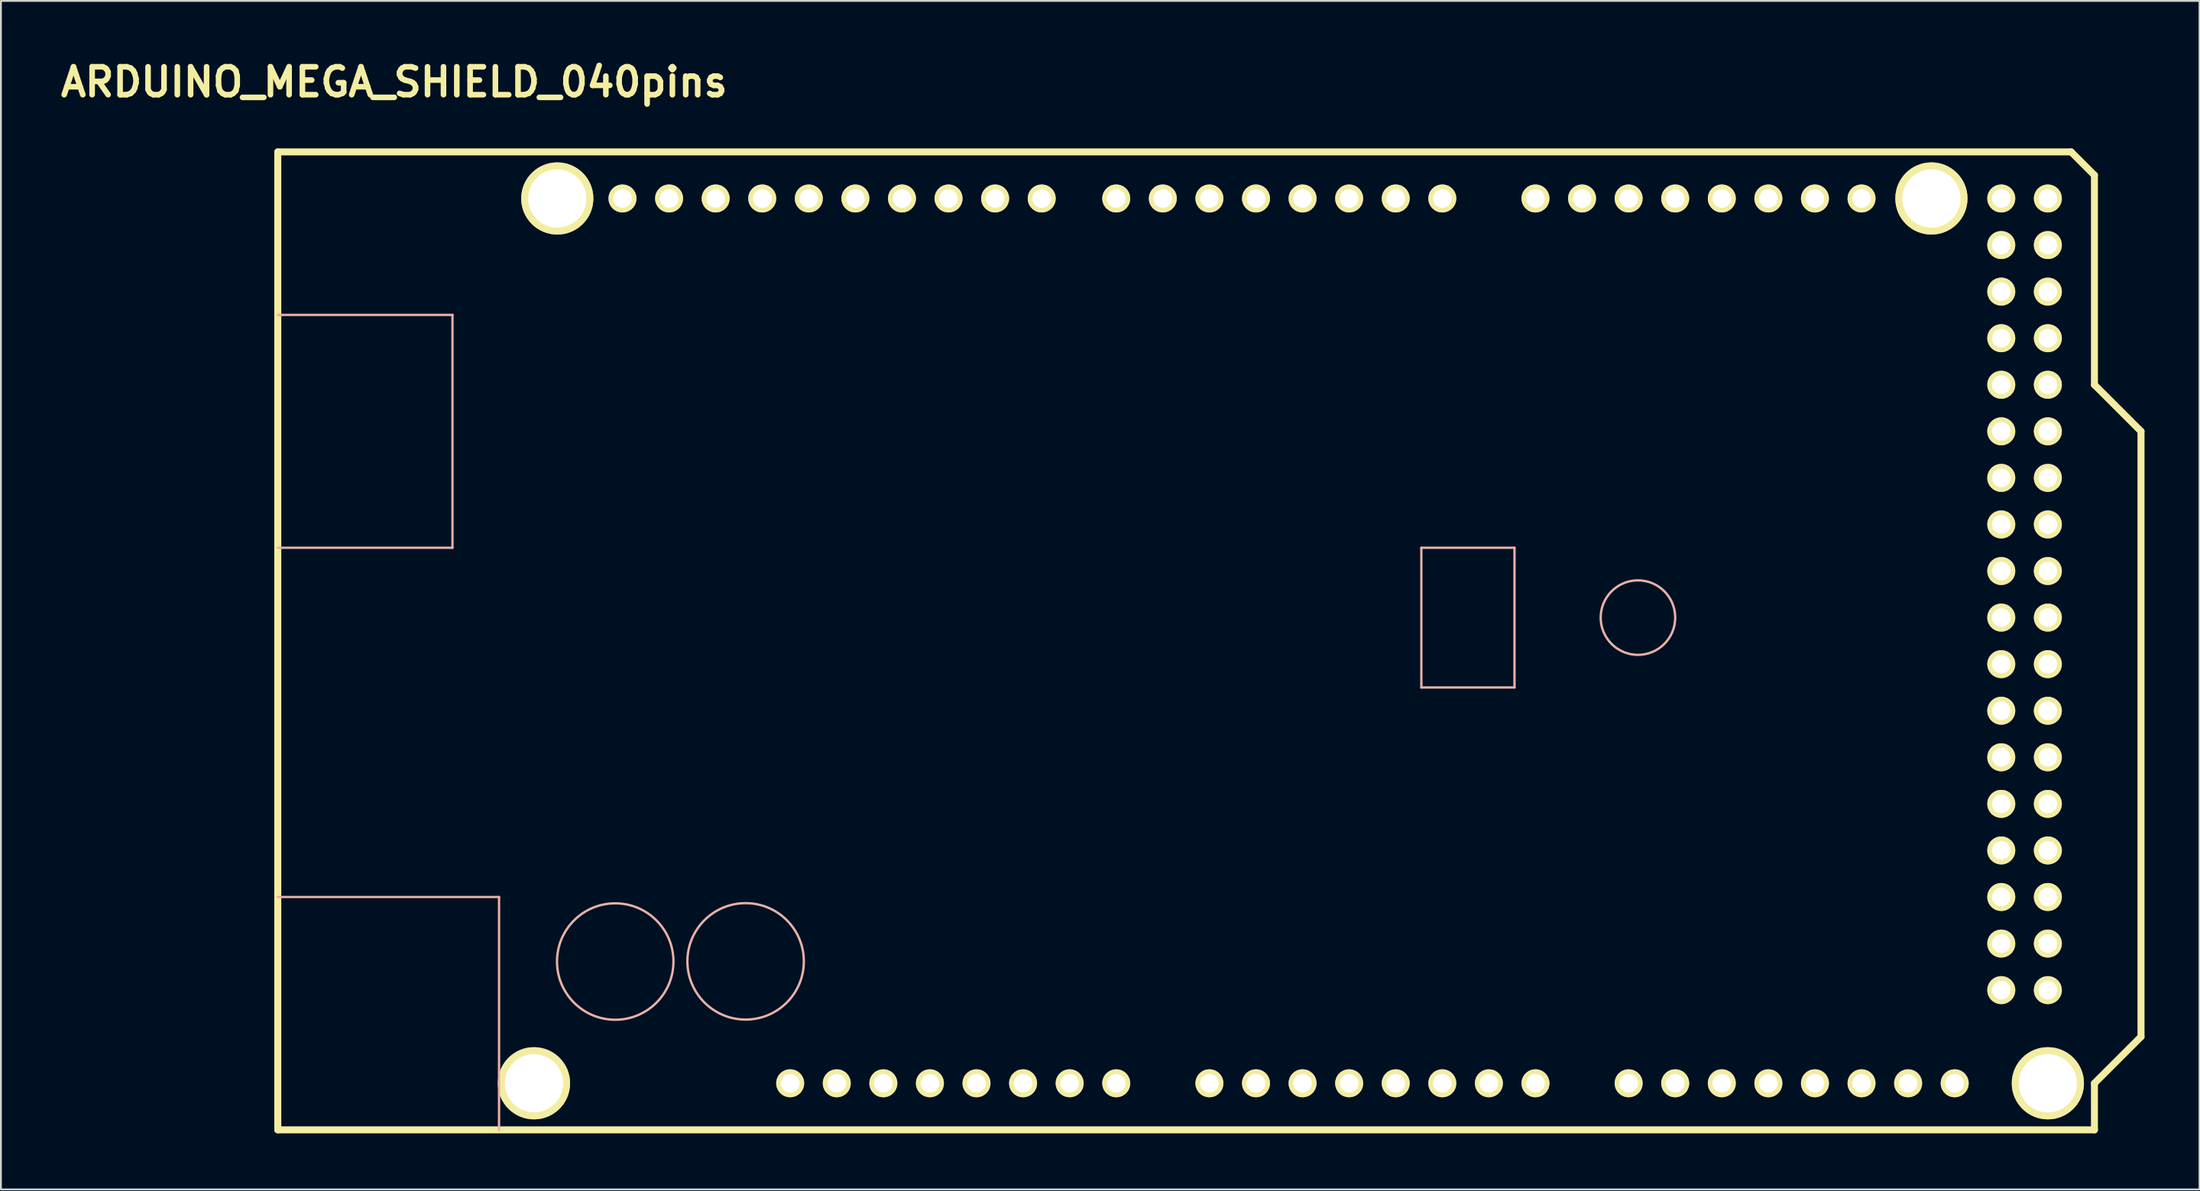
<source format=kicad_pcb>
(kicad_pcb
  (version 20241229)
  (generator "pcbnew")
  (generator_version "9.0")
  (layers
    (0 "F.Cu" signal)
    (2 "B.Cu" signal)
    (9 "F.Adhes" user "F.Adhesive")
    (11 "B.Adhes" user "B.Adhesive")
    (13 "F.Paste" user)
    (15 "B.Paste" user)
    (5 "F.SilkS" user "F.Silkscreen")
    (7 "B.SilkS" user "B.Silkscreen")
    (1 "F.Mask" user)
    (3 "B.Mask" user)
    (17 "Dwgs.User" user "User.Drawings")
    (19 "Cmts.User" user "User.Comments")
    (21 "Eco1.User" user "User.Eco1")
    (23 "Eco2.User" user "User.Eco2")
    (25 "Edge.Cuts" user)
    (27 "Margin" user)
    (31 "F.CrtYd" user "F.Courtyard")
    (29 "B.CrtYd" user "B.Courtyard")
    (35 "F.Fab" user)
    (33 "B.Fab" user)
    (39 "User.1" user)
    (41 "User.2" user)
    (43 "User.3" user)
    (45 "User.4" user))
  (footprint "ARDUINO_MEGA_SHIELD_040pins"
    (layer "F.Cu")
    (at 12.098 58.576)
    (property "Reference" "ARDUINO_MEGA_SHIELD_040pins" (at 6.35 -57.15 0) (layer "F.SilkS") (effects (font (size 1.524 1.524) (thickness 0.305))))
    (fp_line (start 0 0) (end 0 -53.34) (stroke (width 0.381) (type solid)) (layer "F.SilkS"))
    (fp_line (start 97.79 -53.34) (end 0 -53.34) (stroke (width 0.381) (type solid)) (layer "F.SilkS"))
    (fp_line (start 99.06 -52.07) (end 97.79 -53.34) (stroke (width 0.381) (type solid)) (layer "F.SilkS"))
    (fp_line (start 99.06 -40.64) (end 99.06 -52.07) (stroke (width 0.381) (type solid)) (layer "F.SilkS"))
    (fp_line (start 99.06 -40.64) (end 101.6 -38.1) (stroke (width 0.381) (type solid)) (layer "F.SilkS"))
    (fp_line (start 99.06 -2.54) (end 99.06 0) (stroke (width 0.381) (type solid)) (layer "F.SilkS"))
    (fp_line (start 99.06 0) (end 0 0) (stroke (width 0.381) (type solid)) (layer "F.SilkS"))
    (fp_line (start 101.6 -38.1) (end 101.6 -5.08) (stroke (width 0.381) (type solid)) (layer "F.SilkS"))
    (fp_line (start 101.6 -5.08) (end 99.06 -2.54) (stroke (width 0.381) (type solid)) (layer "F.SilkS"))
    (fp_line (start 0 -44.45) (end 9.525 -44.45) (stroke (width 0.127) (type solid)) (layer "B.SilkS"))
    (fp_line (start 0 -31.75) (end 9.525 -31.75) (stroke (width 0.127) (type solid)) (layer "B.SilkS"))
    (fp_line (start 0 -12.7) (end 12.065 -12.7) (stroke (width 0.127) (type solid)) (layer "B.SilkS"))
    (fp_line (start 9.525 -44.45) (end 9.525 -31.75) (stroke (width 0.127) (type solid)) (layer "B.SilkS"))
    (fp_line (start 12.065 -12.7) (end 12.065 0) (stroke (width 0.127) (type solid)) (layer "B.SilkS"))
    (fp_line (start 62.357 -31.75) (end 62.357 -24.13) (stroke (width 0.127) (type solid)) (layer "B.SilkS"))
    (fp_line (start 62.357 -24.13) (end 67.437 -24.13) (stroke (width 0.127) (type solid)) (layer "B.SilkS"))
    (fp_line (start 67.437 -31.75) (end 62.357 -31.75) (stroke (width 0.127) (type solid)) (layer "B.SilkS"))
    (fp_line (start 67.437 -24.13) (end 67.437 -31.75) (stroke (width 0.127) (type solid)) (layer "B.SilkS"))
    (fp_circle (center 18.4 -9.18) (end 15.225 -9.18) (stroke (width 0.127) (type solid)) (fill no) (layer "B.SilkS"))
    (fp_circle (center 25.51 -9.19) (end 22.335 -9.19) (stroke (width 0.127) (type solid)) (fill no) (layer "B.SilkS"))
    (fp_circle (center 74.168 -27.94) (end 72.136 -27.94) (stroke (width 0.127) (type solid)) (fill no) (layer "B.SilkS"))
    (pad "0" thru_hole circle (at 63.5 -50.8 90) (size 1.524 1.524) (drill 1.016) (layers "*.Cu" "*.Mask" "F.SilkS"))
    (pad "1" thru_hole circle (at 60.96 -50.8 90) (size 1.524 1.524) (drill 1.016) (layers "*.Cu" "*.Mask" "F.SilkS"))
    (pad "2" thru_hole circle (at 58.42 -50.8 90) (size 1.524 1.524) (drill 1.016) (layers "*.Cu" "*.Mask" "F.SilkS"))
    (pad "3" thru_hole circle (at 55.88 -50.8 90) (size 1.524 1.524) (drill 1.016) (layers "*.Cu" "*.Mask" "F.SilkS"))
    (pad "3V3" thru_hole circle (at 35.56 -2.54 90) (size 1.524 1.524) (drill 1.016) (layers "*.Cu" "*.Mask" "F.SilkS"))
    (pad "4" thru_hole circle (at 53.34 -50.8 90) (size 1.524 1.524) (drill 1.016) (layers "*.Cu" "*.Mask" "F.SilkS"))
    (pad "5" thru_hole circle (at 50.8 -50.8 90) (size 1.524 1.524) (drill 1.016) (layers "*.Cu" "*.Mask" "F.SilkS"))
    (pad "5V" thru_hole circle (at 38.1 -2.54 90) (size 1.524 1.524) (drill 1.016) (layers "*.Cu" "*.Mask" "F.SilkS"))
    (pad "5V_4" thru_hole circle (at 93.98 -50.8) (size 1.524 1.524) (drill 1.016) (layers "*.Cu" "*.Mask" "F.SilkS"))
    (pad "5V_5" thru_hole circle (at 96.52 -50.8) (size 1.524 1.524) (drill 1.016) (layers "*.Cu" "*.Mask" "F.SilkS"))
    (pad "5V_6" thru_hole circle (at 30.48 -2.54 90) (size 1.524 1.524) (drill 1.016) (layers "*.Cu" "*.Mask" "F.SilkS"))
    (pad "6" thru_hole circle (at 48.26 -50.8 90) (size 1.524 1.524) (drill 1.016) (layers "*.Cu" "*.Mask" "F.SilkS"))
    (pad "7" thru_hole circle (at 45.72 -50.8 90) (size 1.524 1.524) (drill 1.016) (layers "*.Cu" "*.Mask" "F.SilkS"))
    (pad "8" thru_hole circle (at 41.656 -50.8 90) (size 1.524 1.524) (drill 1.016) (layers "*.Cu" "*.Mask" "F.SilkS"))
    (pad "9" thru_hole circle (at 39.116 -50.8 90) (size 1.524 1.524) (drill 1.016) (layers "*.Cu" "*.Mask" "F.SilkS"))
    (pad "10" thru_hole circle (at 36.576 -50.8 90) (size 1.524 1.524) (drill 1.016) (layers "*.Cu" "*.Mask" "F.SilkS"))
    (pad "11" thru_hole circle (at 34.036 -50.8 90) (size 1.524 1.524) (drill 1.016) (layers "*.Cu" "*.Mask" "F.SilkS"))
    (pad "12" thru_hole circle (at 31.496 -50.8 90) (size 1.524 1.524) (drill 1.016) (layers "*.Cu" "*.Mask" "F.SilkS"))
    (pad "13" thru_hole circle (at 28.956 -50.8 90) (size 1.524 1.524) (drill 1.016) (layers "*.Cu" "*.Mask" "F.SilkS"))
    (pad "14" thru_hole circle (at 68.58 -50.8 90) (size 1.524 1.524) (drill 1.016) (layers "*.Cu" "*.Mask" "F.SilkS"))
    (pad "15" thru_hole circle (at 71.12 -50.8 90) (size 1.524 1.524) (drill 1.016) (layers "*.Cu" "*.Mask" "F.SilkS"))
    (pad "16" thru_hole circle (at 73.66 -50.8 90) (size 1.524 1.524) (drill 1.016) (layers "*.Cu" "*.Mask" "F.SilkS"))
    (pad "17" thru_hole circle (at 76.2 -50.8 90) (size 1.524 1.524) (drill 1.016) (layers "*.Cu" "*.Mask" "F.SilkS"))
    (pad "18" thru_hole circle (at 78.74 -50.8 90) (size 1.524 1.524) (drill 1.016) (layers "*.Cu" "*.Mask" "F.SilkS"))
    (pad "19" thru_hole circle (at 81.28 -50.8 90) (size 1.524 1.524) (drill 1.016) (layers "*.Cu" "*.Mask" "F.SilkS"))
    (pad "20" thru_hole circle (at 83.82 -50.8 90) (size 1.524 1.524) (drill 1.016) (layers "*.Cu" "*.Mask" "F.SilkS"))
    (pad "21" thru_hole circle (at 86.36 -50.8 90) (size 1.524 1.524) (drill 1.016) (layers "*.Cu" "*.Mask" "F.SilkS"))
    (pad "22" thru_hole circle (at 93.98 -48.26) (size 1.524 1.524) (drill 1.016) (layers "*.Cu" "*.Mask" "F.SilkS"))
    (pad "23" thru_hole circle (at 96.52 -48.26) (size 1.524 1.524) (drill 1.016) (layers "*.Cu" "*.Mask" "F.SilkS"))
    (pad "24" thru_hole circle (at 93.98 -45.72) (size 1.524 1.524) (drill 1.016) (layers "*.Cu" "*.Mask" "F.SilkS"))
    (pad "25" thru_hole circle (at 96.52 -45.72) (size 1.524 1.524) (drill 1.016) (layers "*.Cu" "*.Mask" "F.SilkS"))
    (pad "26" thru_hole circle (at 93.98 -43.18) (size 1.524 1.524) (drill 1.016) (layers "*.Cu" "*.Mask" "F.SilkS"))
    (pad "27" thru_hole circle (at 96.52 -43.18) (size 1.524 1.524) (drill 1.016) (layers "*.Cu" "*.Mask" "F.SilkS"))
    (pad "28" thru_hole circle (at 93.98 -40.64) (size 1.524 1.524) (drill 1.016) (layers "*.Cu" "*.Mask" "F.SilkS"))
    (pad "29" thru_hole circle (at 96.52 -40.64) (size 1.524 1.524) (drill 1.016) (layers "*.Cu" "*.Mask" "F.SilkS"))
    (pad "30" thru_hole circle (at 93.98 -38.1) (size 1.524 1.524) (drill 1.016) (layers "*.Cu" "*.Mask" "F.SilkS"))
    (pad "31" thru_hole circle (at 96.52 -38.1) (size 1.524 1.524) (drill 1.016) (layers "*.Cu" "*.Mask" "F.SilkS"))
    (pad "32" thru_hole circle (at 93.98 -35.56) (size 1.524 1.524) (drill 1.016) (layers "*.Cu" "*.Mask" "F.SilkS"))
    (pad "33" thru_hole circle (at 96.52 -35.56) (size 1.524 1.524) (drill 1.016) (layers "*.Cu" "*.Mask" "F.SilkS"))
    (pad "34" thru_hole circle (at 93.98 -33.02) (size 1.524 1.524) (drill 1.016) (layers "*.Cu" "*.Mask" "F.SilkS"))
    (pad "35" thru_hole circle (at 96.52 -33.02) (size 1.524 1.524) (drill 1.016) (layers "*.Cu" "*.Mask" "F.SilkS"))
    (pad "36" thru_hole circle (at 93.98 -30.48) (size 1.524 1.524) (drill 1.016) (layers "*.Cu" "*.Mask" "F.SilkS"))
    (pad "37" thru_hole circle (at 96.52 -30.48) (size 1.524 1.524) (drill 1.016) (layers "*.Cu" "*.Mask" "F.SilkS"))
    (pad "38" thru_hole circle (at 93.98 -27.94) (size 1.524 1.524) (drill 1.016) (layers "*.Cu" "*.Mask" "F.SilkS"))
    (pad "39" thru_hole circle (at 96.52 -27.94) (size 1.524 1.524) (drill 1.016) (layers "*.Cu" "*.Mask" "F.SilkS"))
    (pad "40" thru_hole circle (at 93.98 -25.4) (size 1.524 1.524) (drill 1.016) (layers "*.Cu" "*.Mask" "F.SilkS"))
    (pad "41" thru_hole circle (at 96.52 -25.4) (size 1.524 1.524) (drill 1.016) (layers "*.Cu" "*.Mask" "F.SilkS"))
    (pad "42" thru_hole circle (at 93.98 -22.86) (size 1.524 1.524) (drill 1.016) (layers "*.Cu" "*.Mask" "F.SilkS"))
    (pad "43" thru_hole circle (at 96.52 -22.86) (size 1.524 1.524) (drill 1.016) (layers "*.Cu" "*.Mask" "F.SilkS"))
    (pad "44" thru_hole circle (at 93.98 -20.32) (size 1.524 1.524) (drill 1.016) (layers "*.Cu" "*.Mask" "F.SilkS"))
    (pad "45" thru_hole circle (at 96.52 -20.32) (size 1.524 1.524) (drill 1.016) (layers "*.Cu" "*.Mask" "F.SilkS"))
    (pad "46" thru_hole circle (at 93.98 -17.78) (size 1.524 1.524) (drill 1.016) (layers "*.Cu" "*.Mask" "F.SilkS"))
    (pad "47" thru_hole circle (at 96.52 -17.78) (size 1.524 1.524) (drill 1.016) (layers "*.Cu" "*.Mask" "F.SilkS"))
    (pad "48" thru_hole circle (at 93.98 -15.24) (size 1.524 1.524) (drill 1.016) (layers "*.Cu" "*.Mask" "F.SilkS"))
    (pad "49" thru_hole circle (at 96.52 -15.24) (size 1.524 1.524) (drill 1.016) (layers "*.Cu" "*.Mask" "F.SilkS"))
    (pad "50" thru_hole circle (at 93.98 -12.7) (size 1.524 1.524) (drill 1.016) (layers "*.Cu" "*.Mask" "F.SilkS"))
    (pad "51" thru_hole circle (at 96.52 -12.7) (size 1.524 1.524) (drill 1.016) (layers "*.Cu" "*.Mask" "F.SilkS"))
    (pad "52" thru_hole circle (at 93.98 -10.16) (size 1.524 1.524) (drill 1.016) (layers "*.Cu" "*.Mask" "F.SilkS"))
    (pad "53" thru_hole circle (at 96.52 -10.16) (size 1.524 1.524) (drill 1.016) (layers "*.Cu" "*.Mask" "F.SilkS"))
    (pad "AD0" thru_hole circle (at 50.8 -2.54 90) (size 1.524 1.524) (drill 1.016) (layers "*.Cu" "*.Mask" "F.SilkS"))
    (pad "AD1" thru_hole circle (at 53.34 -2.54 90) (size 1.524 1.524) (drill 1.016) (layers "*.Cu" "*.Mask" "F.SilkS"))
    (pad "AD2" thru_hole circle (at 55.88 -2.54 90) (size 1.524 1.524) (drill 1.016) (layers "*.Cu" "*.Mask" "F.SilkS"))
    (pad "AD3" thru_hole circle (at 58.42 -2.54 90) (size 1.524 1.524) (drill 1.016) (layers "*.Cu" "*.Mask" "F.SilkS"))
    (pad "AD4" thru_hole circle (at 60.96 -2.54 90) (size 1.524 1.524) (drill 1.016) (layers "*.Cu" "*.Mask" "F.SilkS"))
    (pad "AD5" thru_hole circle (at 63.5 -2.54 90) (size 1.524 1.524) (drill 1.016) (layers "*.Cu" "*.Mask" "F.SilkS"))
    (pad "AD6" thru_hole circle (at 66.04 -2.54 90) (size 1.524 1.524) (drill 1.016) (layers "*.Cu" "*.Mask" "F.SilkS"))
    (pad "AD7" thru_hole circle (at 68.58 -2.54 90) (size 1.524 1.524) (drill 1.016) (layers "*.Cu" "*.Mask" "F.SilkS"))
    (pad "AD8" thru_hole circle (at 73.66 -2.54 90) (size 1.524 1.524) (drill 1.016) (layers "*.Cu" "*.Mask" "F.SilkS"))
    (pad "AD9" thru_hole circle (at 76.2 -2.54 90) (size 1.524 1.524) (drill 1.016) (layers "*.Cu" "*.Mask" "F.SilkS"))
    (pad "AD10" thru_hole circle (at 78.74 -2.54 90) (size 1.524 1.524) (drill 1.016) (layers "*.Cu" "*.Mask" "F.SilkS"))
    (pad "AD11" thru_hole circle (at 81.28 -2.54 90) (size 1.524 1.524) (drill 1.016) (layers "*.Cu" "*.Mask" "F.SilkS"))
    (pad "AD12" thru_hole circle (at 83.82 -2.54 90) (size 1.524 1.524) (drill 1.016) (layers "*.Cu" "*.Mask" "F.SilkS"))
    (pad "AD13" thru_hole circle (at 86.36 -2.54 90) (size 1.524 1.524) (drill 1.016) (layers "*.Cu" "*.Mask" "F.SilkS"))
    (pad "AD14" thru_hole circle (at 88.9 -2.54 90) (size 1.524 1.524) (drill 1.016) (layers "*.Cu" "*.Mask" "F.SilkS"))
    (pad "AD15" thru_hole circle (at 91.44 -2.54 90) (size 1.524 1.524) (drill 1.016) (layers "*.Cu" "*.Mask" "F.SilkS"))
    (pad "AREF" thru_hole circle (at 23.876 -50.8 90) (size 1.524 1.524) (drill 1.016) (layers "*.Cu" "*.Mask" "F.SilkS"))
    (pad "GND1" thru_hole circle (at 13.97 -2.54 90) (size 3.937 3.937) (drill 3.175) (layers "*.Cu" "*.Mask" "F.SilkS"))
    (pad "GND1" thru_hole circle (at 15.24 -50.8 90) (size 3.937 3.937) (drill 3.175) (layers "*.Cu" "*.Mask" "F.SilkS"))
    (pad "GND1" thru_hole circle (at 40.64 -2.54 90) (size 1.524 1.524) (drill 1.016) (layers "*.Cu" "*.Mask" "F.SilkS"))
    (pad "GND1" thru_hole circle (at 90.17 -50.8 90) (size 3.937 3.937) (drill 3.175) (layers "*.Cu" "*.Mask" "F.SilkS"))
    (pad "GND1" thru_hole circle (at 96.52 -2.54 90) (size 3.937 3.937) (drill 3.175) (layers "*.Cu" "*.Mask" "F.SilkS"))
    (pad "GND2" thru_hole circle (at 43.18 -2.54 90) (size 1.524 1.524) (drill 1.016) (layers "*.Cu" "*.Mask" "F.SilkS"))
    (pad "GND3" thru_hole circle (at 26.416 -50.8 90) (size 1.524 1.524) (drill 1.016) (layers "*.Cu" "*.Mask" "F.SilkS"))
    (pad "GND4" thru_hole circle (at 93.98 -7.62) (size 1.524 1.524) (drill 1.016) (layers "*.Cu" "*.Mask" "F.SilkS"))
    (pad "GND5" thru_hole circle (at 96.52 -7.62) (size 1.524 1.524) (drill 1.016) (layers "*.Cu" "*.Mask" "F.SilkS"))
    (pad "NC" thru_hole circle (at 27.94 -2.54 90) (size 1.524 1.524) (drill 1.016) (layers "*.Cu" "*.Mask" "F.SilkS"))
    (pad "RST" thru_hole circle (at 33.02 -2.54 90) (size 1.524 1.524) (drill 1.016) (layers "*.Cu" "*.Mask" "F.SilkS"))
    (pad "SCL" thru_hole circle (at 18.796 -50.8 90) (size 1.524 1.524) (drill 1.016) (layers "*.Cu" "*.Mask" "F.SilkS"))
    (pad "SDA" thru_hole circle (at 21.336 -50.8 90) (size 1.524 1.524) (drill 1.016) (layers "*.Cu" "*.Mask" "F.SilkS"))
    (pad "V_IN" thru_hole circle (at 45.72 -2.54 90) (size 1.524 1.524) (drill 1.016) (layers "*.Cu" "*.Mask" "F.SilkS")))
  (gr_rect
    (start -3 -3)
    (end 116.888 61.826)
    (stroke (width 0.1) (type default))
    (fill no)
    (layer "Edge.Cuts")))
</source>
